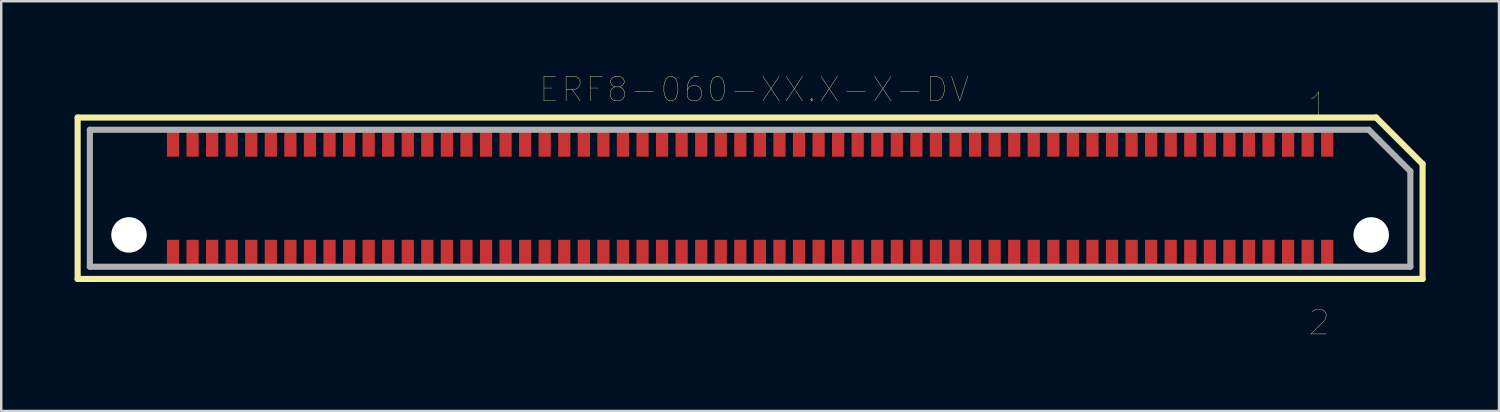
<source format=kicad_pcb>
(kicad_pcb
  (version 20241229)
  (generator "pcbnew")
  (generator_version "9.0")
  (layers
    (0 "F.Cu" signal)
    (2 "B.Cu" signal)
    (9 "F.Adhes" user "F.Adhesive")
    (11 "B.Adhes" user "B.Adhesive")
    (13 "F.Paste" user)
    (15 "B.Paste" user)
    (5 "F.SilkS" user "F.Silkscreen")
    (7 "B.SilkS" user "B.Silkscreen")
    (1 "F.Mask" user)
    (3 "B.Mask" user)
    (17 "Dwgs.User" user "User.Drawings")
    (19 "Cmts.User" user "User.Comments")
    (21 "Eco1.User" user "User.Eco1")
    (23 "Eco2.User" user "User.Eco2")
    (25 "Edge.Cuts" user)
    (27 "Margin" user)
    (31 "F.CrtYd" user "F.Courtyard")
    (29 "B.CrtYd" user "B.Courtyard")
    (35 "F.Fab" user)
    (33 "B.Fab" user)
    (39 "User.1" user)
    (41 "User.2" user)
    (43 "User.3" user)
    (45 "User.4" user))
  (footprint "ERF8-060-XX.X-X-DV"
    (layer "F.Cu")
    (at 27.625 5.057)
    (property "Reference" "ERF8-060-XX.X-X-DV" (at 0.165 -4.445 0) (layer "F.SilkS") (effects (font (size 1 1) (thickness 0.015))))
    (attr through_hole)
    (fp_line (start -27.5 -3.3) (end 25.6 -3.3) (stroke (width 0.25) (type solid)) (layer "F.SilkS"))
    (fp_line (start -27.5 3.3) (end -27.5 -3.3) (stroke (width 0.25) (type solid)) (layer "F.SilkS"))
    (fp_line (start 25.6 -3.3) (end 27.5 -1.4) (stroke (width 0.25) (type solid)) (layer "F.SilkS"))
    (fp_line (start 27.5 -1.4) (end 27.5 3.3) (stroke (width 0.25) (type solid)) (layer "F.SilkS"))
    (fp_line (start 27.5 3.3) (end -27.5 3.3) (stroke (width 0.25) (type solid)) (layer "F.SilkS"))
    (fp_line (start -27 -2.8) (end 25.3 -2.8) (stroke (width 0.25) (type solid)) (layer "F.Fab"))
    (fp_line (start -27 2.8) (end -27 -2.8) (stroke (width 0.25) (type solid)) (layer "F.Fab"))
    (fp_line (start 25.3 -2.8) (end 27 -1.1) (stroke (width 0.25) (type solid)) (layer "F.Fab"))
    (fp_line (start 27 -1.1) (end 27 2.8) (stroke (width 0.25) (type solid)) (layer "F.Fab"))
    (fp_line (start 27 2.8) (end -27 2.8) (stroke (width 0.25) (type solid)) (layer "F.Fab"))
    (fp_text user "2" (at 23.269 5.086 0) (layer "F.SilkS") (effects (font (size 1.001 1.001) (thickness 0.015))))
    (fp_text user "1" (at 23.241 -3.81 0) (layer "F.SilkS") (effects (font (size 1 1) (thickness 0.015))))
    (pad "" np_thru_hole circle (at -25.4 1.5) (size 1.45 1.45) (drill 1.45) (layers "*.Cu" "*.Mask"))
    (pad "" np_thru_hole circle (at 25.4 1.5) (size 1.45 1.45) (drill 1.45) (layers "*.Cu" "*.Mask"))
    (pad "1" smd rect (at 23.6 -2.25) (size 0.5 1.1) (layers "F.Cu" "F.Mask" "F.Paste"))
    (pad "2" smd rect (at 23.6 2.25) (size 0.5 1.1) (layers "F.Cu" "F.Mask" "F.Paste"))
    (pad "3" smd rect (at 22.8 -2.25) (size 0.5 1.1) (layers "F.Cu" "F.Mask" "F.Paste"))
    (pad "4" smd rect (at 22.8 2.25) (size 0.5 1.1) (layers "F.Cu" "F.Mask" "F.Paste"))
    (pad "5" smd rect (at 22 -2.25) (size 0.5 1.1) (layers "F.Cu" "F.Mask" "F.Paste"))
    (pad "6" smd rect (at 22 2.25) (size 0.5 1.1) (layers "F.Cu" "F.Mask" "F.Paste"))
    (pad "7" smd rect (at 21.2 -2.25) (size 0.5 1.1) (layers "F.Cu" "F.Mask" "F.Paste"))
    (pad "8" smd rect (at 21.2 2.25) (size 0.5 1.1) (layers "F.Cu" "F.Mask" "F.Paste"))
    (pad "9" smd rect (at 20.4 -2.25) (size 0.5 1.1) (layers "F.Cu" "F.Mask" "F.Paste"))
    (pad "10" smd rect (at 20.4 2.25) (size 0.5 1.1) (layers "F.Cu" "F.Mask" "F.Paste"))
    (pad "11" smd rect (at 19.6 -2.25) (size 0.5 1.1) (layers "F.Cu" "F.Mask" "F.Paste"))
    (pad "12" smd rect (at 19.6 2.25) (size 0.5 1.1) (layers "F.Cu" "F.Mask" "F.Paste"))
    (pad "13" smd rect (at 18.8 -2.25) (size 0.5 1.1) (layers "F.Cu" "F.Mask" "F.Paste"))
    (pad "14" smd rect (at 18.8 2.25) (size 0.5 1.1) (layers "F.Cu" "F.Mask" "F.Paste"))
    (pad "15" smd rect (at 18 -2.25) (size 0.5 1.1) (layers "F.Cu" "F.Mask" "F.Paste"))
    (pad "16" smd rect (at 18 2.25) (size 0.5 1.1) (layers "F.Cu" "F.Mask" "F.Paste"))
    (pad "17" smd rect (at 17.2 -2.25) (size 0.5 1.1) (layers "F.Cu" "F.Mask" "F.Paste"))
    (pad "18" smd rect (at 17.2 2.25) (size 0.5 1.1) (layers "F.Cu" "F.Mask" "F.Paste"))
    (pad "19" smd rect (at 16.4 -2.25) (size 0.5 1.1) (layers "F.Cu" "F.Mask" "F.Paste"))
    (pad "20" smd rect (at 16.4 2.25) (size 0.5 1.1) (layers "F.Cu" "F.Mask" "F.Paste"))
    (pad "21" smd rect (at 15.6 -2.25) (size 0.5 1.1) (layers "F.Cu" "F.Mask" "F.Paste"))
    (pad "22" smd rect (at 15.6 2.25) (size 0.5 1.1) (layers "F.Cu" "F.Mask" "F.Paste"))
    (pad "23" smd rect (at 14.8 -2.25) (size 0.5 1.1) (layers "F.Cu" "F.Mask" "F.Paste"))
    (pad "24" smd rect (at 14.8 2.25) (size 0.5 1.1) (layers "F.Cu" "F.Mask" "F.Paste"))
    (pad "25" smd rect (at 14 -2.25) (size 0.5 1.1) (layers "F.Cu" "F.Mask" "F.Paste"))
    (pad "26" smd rect (at 14 2.25) (size 0.5 1.1) (layers "F.Cu" "F.Mask" "F.Paste"))
    (pad "27" smd rect (at 13.2 -2.25) (size 0.5 1.1) (layers "F.Cu" "F.Mask" "F.Paste"))
    (pad "28" smd rect (at 13.2 2.25) (size 0.5 1.1) (layers "F.Cu" "F.Mask" "F.Paste"))
    (pad "29" smd rect (at 12.4 -2.25) (size 0.5 1.1) (layers "F.Cu" "F.Mask" "F.Paste"))
    (pad "30" smd rect (at 12.4 2.25) (size 0.5 1.1) (layers "F.Cu" "F.Mask" "F.Paste"))
    (pad "31" smd rect (at 11.6 -2.25) (size 0.5 1.1) (layers "F.Cu" "F.Mask" "F.Paste"))
    (pad "32" smd rect (at 11.6 2.25) (size 0.5 1.1) (layers "F.Cu" "F.Mask" "F.Paste"))
    (pad "33" smd rect (at 10.8 -2.25) (size 0.5 1.1) (layers "F.Cu" "F.Mask" "F.Paste"))
    (pad "34" smd rect (at 10.8 2.25) (size 0.5 1.1) (layers "F.Cu" "F.Mask" "F.Paste"))
    (pad "35" smd rect (at 10 -2.25) (size 0.5 1.1) (layers "F.Cu" "F.Mask" "F.Paste"))
    (pad "36" smd rect (at 10 2.25) (size 0.5 1.1) (layers "F.Cu" "F.Mask" "F.Paste"))
    (pad "37" smd rect (at 9.2 -2.25) (size 0.5 1.1) (layers "F.Cu" "F.Mask" "F.Paste"))
    (pad "38" smd rect (at 9.2 2.25) (size 0.5 1.1) (layers "F.Cu" "F.Mask" "F.Paste"))
    (pad "39" smd rect (at 8.4 -2.25) (size 0.5 1.1) (layers "F.Cu" "F.Mask" "F.Paste"))
    (pad "40" smd rect (at 8.4 2.25) (size 0.5 1.1) (layers "F.Cu" "F.Mask" "F.Paste"))
    (pad "41" smd rect (at 7.6 -2.25) (size 0.5 1.1) (layers "F.Cu" "F.Mask" "F.Paste"))
    (pad "42" smd rect (at 7.6 2.25) (size 0.5 1.1) (layers "F.Cu" "F.Mask" "F.Paste"))
    (pad "43" smd rect (at 6.8 -2.25) (size 0.5 1.1) (layers "F.Cu" "F.Mask" "F.Paste"))
    (pad "44" smd rect (at 6.8 2.25) (size 0.5 1.1) (layers "F.Cu" "F.Mask" "F.Paste"))
    (pad "45" smd rect (at 6 -2.25) (size 0.5 1.1) (layers "F.Cu" "F.Mask" "F.Paste"))
    (pad "46" smd rect (at 6 2.25) (size 0.5 1.1) (layers "F.Cu" "F.Mask" "F.Paste"))
    (pad "47" smd rect (at 5.2 -2.25) (size 0.5 1.1) (layers "F.Cu" "F.Mask" "F.Paste"))
    (pad "48" smd rect (at 5.2 2.25) (size 0.5 1.1) (layers "F.Cu" "F.Mask" "F.Paste"))
    (pad "49" smd rect (at 4.4 -2.25) (size 0.5 1.1) (layers "F.Cu" "F.Mask" "F.Paste"))
    (pad "50" smd rect (at 4.4 2.25) (size 0.5 1.1) (layers "F.Cu" "F.Mask" "F.Paste"))
    (pad "51" smd rect (at 3.6 -2.25) (size 0.5 1.1) (layers "F.Cu" "F.Mask" "F.Paste"))
    (pad "52" smd rect (at 3.6 2.25) (size 0.5 1.1) (layers "F.Cu" "F.Mask" "F.Paste"))
    (pad "53" smd rect (at 2.8 -2.25) (size 0.5 1.1) (layers "F.Cu" "F.Mask" "F.Paste"))
    (pad "54" smd rect (at 2.8 2.25) (size 0.5 1.1) (layers "F.Cu" "F.Mask" "F.Paste"))
    (pad "55" smd rect (at 2 -2.25) (size 0.5 1.1) (layers "F.Cu" "F.Mask" "F.Paste"))
    (pad "56" smd rect (at 2 2.25) (size 0.5 1.1) (layers "F.Cu" "F.Mask" "F.Paste"))
    (pad "57" smd rect (at 1.2 -2.25) (size 0.5 1.1) (layers "F.Cu" "F.Mask" "F.Paste"))
    (pad "58" smd rect (at 1.2 2.25) (size 0.5 1.1) (layers "F.Cu" "F.Mask" "F.Paste"))
    (pad "59" smd rect (at 0.4 -2.25) (size 0.5 1.1) (layers "F.Cu" "F.Mask" "F.Paste"))
    (pad "60" smd rect (at 0.4 2.25) (size 0.5 1.1) (layers "F.Cu" "F.Mask" "F.Paste"))
    (pad "61" smd rect (at -0.4 -2.25) (size 0.5 1.1) (layers "F.Cu" "F.Mask" "F.Paste"))
    (pad "62" smd rect (at -0.4 2.25) (size 0.5 1.1) (layers "F.Cu" "F.Mask" "F.Paste"))
    (pad "63" smd rect (at -1.2 -2.25) (size 0.5 1.1) (layers "F.Cu" "F.Mask" "F.Paste"))
    (pad "64" smd rect (at -1.2 2.25) (size 0.5 1.1) (layers "F.Cu" "F.Mask" "F.Paste"))
    (pad "65" smd rect (at -2 -2.25) (size 0.5 1.1) (layers "F.Cu" "F.Mask" "F.Paste"))
    (pad "66" smd rect (at -2 2.25) (size 0.5 1.1) (layers "F.Cu" "F.Mask" "F.Paste"))
    (pad "67" smd rect (at -2.8 -2.25) (size 0.5 1.1) (layers "F.Cu" "F.Mask" "F.Paste"))
    (pad "68" smd rect (at -2.8 2.25) (size 0.5 1.1) (layers "F.Cu" "F.Mask" "F.Paste"))
    (pad "69" smd rect (at -3.6 -2.25) (size 0.5 1.1) (layers "F.Cu" "F.Mask" "F.Paste"))
    (pad "70" smd rect (at -3.6 2.25) (size 0.5 1.1) (layers "F.Cu" "F.Mask" "F.Paste"))
    (pad "71" smd rect (at -4.4 -2.25) (size 0.5 1.1) (layers "F.Cu" "F.Mask" "F.Paste"))
    (pad "72" smd rect (at -4.4 2.25) (size 0.5 1.1) (layers "F.Cu" "F.Mask" "F.Paste"))
    (pad "73" smd rect (at -5.2 -2.25) (size 0.5 1.1) (layers "F.Cu" "F.Mask" "F.Paste"))
    (pad "74" smd rect (at -5.2 2.25) (size 0.5 1.1) (layers "F.Cu" "F.Mask" "F.Paste"))
    (pad "75" smd rect (at -6 -2.25) (size 0.5 1.1) (layers "F.Cu" "F.Mask" "F.Paste"))
    (pad "76" smd rect (at -6 2.25) (size 0.5 1.1) (layers "F.Cu" "F.Mask" "F.Paste"))
    (pad "77" smd rect (at -6.8 -2.25) (size 0.5 1.1) (layers "F.Cu" "F.Mask" "F.Paste"))
    (pad "78" smd rect (at -6.8 2.25) (size 0.5 1.1) (layers "F.Cu" "F.Mask" "F.Paste"))
    (pad "79" smd rect (at -7.6 -2.25) (size 0.5 1.1) (layers "F.Cu" "F.Mask" "F.Paste"))
    (pad "80" smd rect (at -7.6 2.25) (size 0.5 1.1) (layers "F.Cu" "F.Mask" "F.Paste"))
    (pad "81" smd rect (at -8.4 -2.25) (size 0.5 1.1) (layers "F.Cu" "F.Mask" "F.Paste"))
    (pad "82" smd rect (at -8.4 2.25) (size 0.5 1.1) (layers "F.Cu" "F.Mask" "F.Paste"))
    (pad "83" smd rect (at -9.2 -2.25) (size 0.5 1.1) (layers "F.Cu" "F.Mask" "F.Paste"))
    (pad "84" smd rect (at -9.2 2.25) (size 0.5 1.1) (layers "F.Cu" "F.Mask" "F.Paste"))
    (pad "85" smd rect (at -10 -2.25) (size 0.5 1.1) (layers "F.Cu" "F.Mask" "F.Paste"))
    (pad "86" smd rect (at -10 2.25) (size 0.5 1.1) (layers "F.Cu" "F.Mask" "F.Paste"))
    (pad "87" smd rect (at -10.8 -2.25) (size 0.5 1.1) (layers "F.Cu" "F.Mask" "F.Paste"))
    (pad "88" smd rect (at -10.8 2.25) (size 0.5 1.1) (layers "F.Cu" "F.Mask" "F.Paste"))
    (pad "89" smd rect (at -11.6 -2.25) (size 0.5 1.1) (layers "F.Cu" "F.Mask" "F.Paste"))
    (pad "90" smd rect (at -11.6 2.25) (size 0.5 1.1) (layers "F.Cu" "F.Mask" "F.Paste"))
    (pad "91" smd rect (at -12.4 -2.25) (size 0.5 1.1) (layers "F.Cu" "F.Mask" "F.Paste"))
    (pad "92" smd rect (at -12.4 2.25) (size 0.5 1.1) (layers "F.Cu" "F.Mask" "F.Paste"))
    (pad "93" smd rect (at -13.2 -2.25) (size 0.5 1.1) (layers "F.Cu" "F.Mask" "F.Paste"))
    (pad "94" smd rect (at -13.2 2.25) (size 0.5 1.1) (layers "F.Cu" "F.Mask" "F.Paste"))
    (pad "95" smd rect (at -14 -2.25) (size 0.5 1.1) (layers "F.Cu" "F.Mask" "F.Paste"))
    (pad "96" smd rect (at -14 2.25) (size 0.5 1.1) (layers "F.Cu" "F.Mask" "F.Paste"))
    (pad "97" smd rect (at -14.8 -2.25) (size 0.5 1.1) (layers "F.Cu" "F.Mask" "F.Paste"))
    (pad "98" smd rect (at -14.8 2.25) (size 0.5 1.1) (layers "F.Cu" "F.Mask" "F.Paste"))
    (pad "99" smd rect (at -15.6 -2.25) (size 0.5 1.1) (layers "F.Cu" "F.Mask" "F.Paste"))
    (pad "100" smd rect (at -15.6 2.25) (size 0.5 1.1) (layers "F.Cu" "F.Mask" "F.Paste"))
    (pad "101" smd rect (at -16.4 -2.25) (size 0.5 1.1) (layers "F.Cu" "F.Mask" "F.Paste"))
    (pad "102" smd rect (at -16.4 2.25) (size 0.5 1.1) (layers "F.Cu" "F.Mask" "F.Paste"))
    (pad "103" smd rect (at -17.2 -2.25) (size 0.5 1.1) (layers "F.Cu" "F.Mask" "F.Paste"))
    (pad "104" smd rect (at -17.2 2.25) (size 0.5 1.1) (layers "F.Cu" "F.Mask" "F.Paste"))
    (pad "105" smd rect (at -18 -2.25) (size 0.5 1.1) (layers "F.Cu" "F.Mask" "F.Paste"))
    (pad "106" smd rect (at -18 2.25) (size 0.5 1.1) (layers "F.Cu" "F.Mask" "F.Paste"))
    (pad "107" smd rect (at -18.8 -2.25) (size 0.5 1.1) (layers "F.Cu" "F.Mask" "F.Paste"))
    (pad "108" smd rect (at -18.8 2.25) (size 0.5 1.1) (layers "F.Cu" "F.Mask" "F.Paste"))
    (pad "109" smd rect (at -19.6 -2.25) (size 0.5 1.1) (layers "F.Cu" "F.Mask" "F.Paste"))
    (pad "110" smd rect (at -19.6 2.25) (size 0.5 1.1) (layers "F.Cu" "F.Mask" "F.Paste"))
    (pad "111" smd rect (at -20.4 -2.25) (size 0.5 1.1) (layers "F.Cu" "F.Mask" "F.Paste"))
    (pad "112" smd rect (at -20.4 2.25) (size 0.5 1.1) (layers "F.Cu" "F.Mask" "F.Paste"))
    (pad "113" smd rect (at -21.2 -2.25) (size 0.5 1.1) (layers "F.Cu" "F.Mask" "F.Paste"))
    (pad "114" smd rect (at -21.2 2.25) (size 0.5 1.1) (layers "F.Cu" "F.Mask" "F.Paste"))
    (pad "115" smd rect (at -22 -2.25) (size 0.5 1.1) (layers "F.Cu" "F.Mask" "F.Paste"))
    (pad "116" smd rect (at -22 2.25) (size 0.5 1.1) (layers "F.Cu" "F.Mask" "F.Paste"))
    (pad "117" smd rect (at -22.8 -2.25) (size 0.5 1.1) (layers "F.Cu" "F.Mask" "F.Paste"))
    (pad "118" smd rect (at -22.8 2.25) (size 0.5 1.1) (layers "F.Cu" "F.Mask" "F.Paste"))
    (pad "119" smd rect (at -23.6 -2.25) (size 0.5 1.1) (layers "F.Cu" "F.Mask" "F.Paste"))
    (pad "120" smd rect (at -23.6 2.25) (size 0.5 1.1) (layers "F.Cu" "F.Mask" "F.Paste")))
  (gr_rect
    (start -3 -3)
    (end 58.25 13.755)
    (stroke (width 0.1) (type default))
    (fill no)
    (layer "Edge.Cuts")))
</source>
